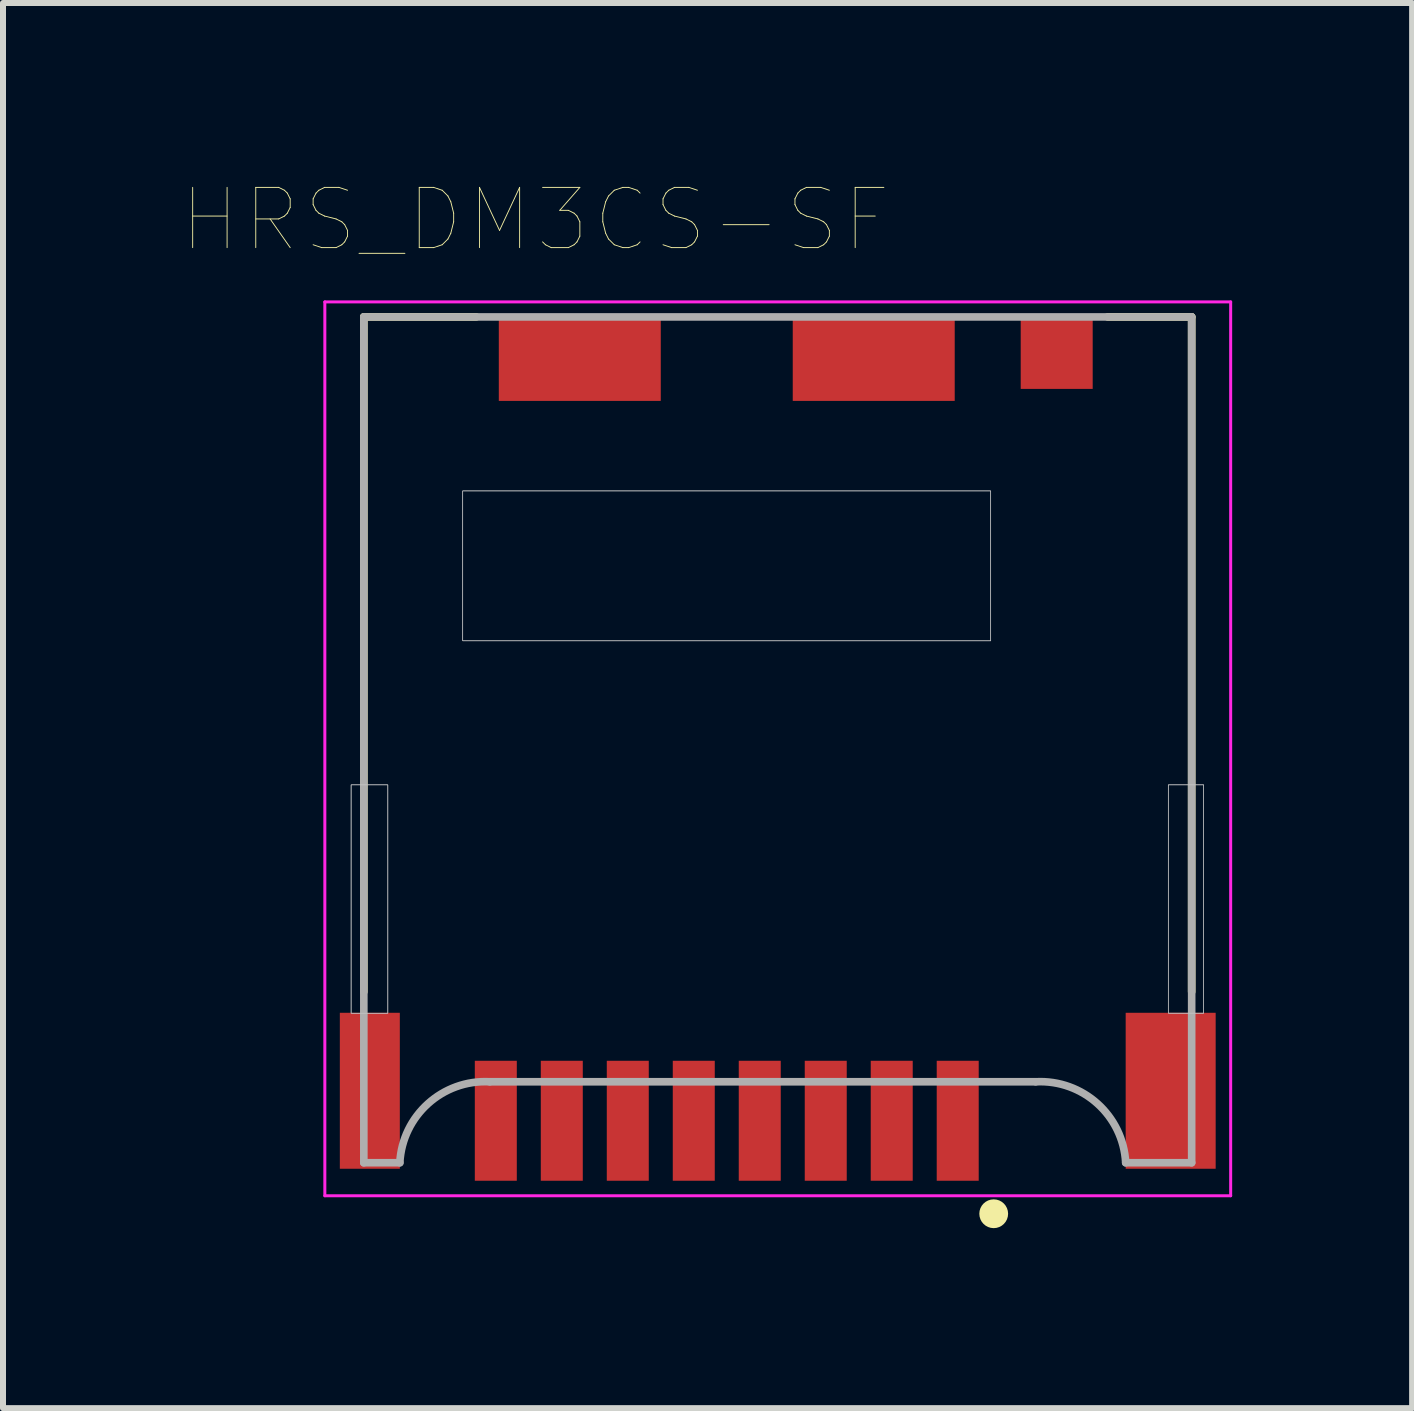
<source format=kicad_pcb>
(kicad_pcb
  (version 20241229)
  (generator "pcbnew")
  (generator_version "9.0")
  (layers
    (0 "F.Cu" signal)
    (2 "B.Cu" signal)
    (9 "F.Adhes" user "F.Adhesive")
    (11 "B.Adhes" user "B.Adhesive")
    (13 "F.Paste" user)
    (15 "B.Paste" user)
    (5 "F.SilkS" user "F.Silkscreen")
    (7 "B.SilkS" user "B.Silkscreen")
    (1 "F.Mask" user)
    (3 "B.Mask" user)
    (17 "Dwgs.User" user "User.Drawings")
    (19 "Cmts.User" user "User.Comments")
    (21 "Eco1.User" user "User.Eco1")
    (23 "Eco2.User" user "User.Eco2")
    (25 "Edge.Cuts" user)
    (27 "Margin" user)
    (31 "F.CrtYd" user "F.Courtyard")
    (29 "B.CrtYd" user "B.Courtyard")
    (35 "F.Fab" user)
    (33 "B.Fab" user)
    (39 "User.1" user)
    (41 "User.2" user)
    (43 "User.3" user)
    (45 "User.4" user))
  (footprint "HRS_DM3CS-SF"
    (layer "F.Cu")
    (at 9.715 9.283)
    (property "Reference" "HRS_DM3CS-SF" (at -3.84 -8.669 0) (layer "F.SilkS") (effects (font (size 1.004 1.004) (thickness 0.015))))
    (attr through_hole)
    (fp_line (start -6.7 -7.05) (end -4.826 -7.05) (stroke (width 0.127) (type solid)) (layer "F.SilkS"))
    (fp_line (start -6.7 4.2) (end -6.7 -7.05) (stroke (width 0.127) (type solid)) (layer "F.SilkS"))
    (fp_line (start 7.1 -7.05) (end 5.7 -7.05) (stroke (width 0.127) (type solid)) (layer "F.SilkS"))
    (fp_line (start 7.1 -7.05) (end 7.1 4.2) (stroke (width 0.127) (type solid)) (layer "F.SilkS"))
    (fp_circle (center 3.8 7.9) (end 3.92 7.9) (stroke (width 0.24) (type solid)) (fill no) (layer "F.SilkS"))
    (fp_poly (pts (xy -6.912 0.75) (xy -6.3 0.75) (xy -6.3 4.558) (xy -6.912 4.558)) (stroke (width 0.01) (type solid)) (fill no) (layer "Dwgs.User"))
    (fp_poly (pts (xy -6.912 0.75) (xy -6.3 0.75) (xy -6.3 4.558) (xy -6.912 4.558)) (stroke (width 0.01) (type solid)) (fill no) (layer "Dwgs.User"))
    (fp_poly (pts (xy -5.053 -4.15) (xy 3.75 -4.15) (xy 3.75 -1.651) (xy -5.053 -1.651)) (stroke (width 0.01) (type solid)) (fill no) (layer "Dwgs.User"))
    (fp_poly (pts (xy -5.051 -4.15) (xy 3.75 -4.15) (xy 3.75 -1.65) (xy -5.051 -1.65)) (stroke (width 0.01) (type solid)) (fill no) (layer "Dwgs.User"))
    (fp_poly (pts (xy 6.71 0.75) (xy 7.3 0.75) (xy 7.3 4.556) (xy 6.71 4.556)) (stroke (width 0.01) (type solid)) (fill no) (layer "Dwgs.User"))
    (fp_poly (pts (xy 6.712 0.75) (xy 7.3 0.75) (xy 7.3 4.558) (xy 6.712 4.558)) (stroke (width 0.01) (type solid)) (fill no) (layer "Dwgs.User"))
    (fp_line (start -7.35 -7.3) (end -7.35 7.6) (stroke (width 0.05) (type solid)) (layer "F.CrtYd"))
    (fp_line (start -7.35 7.6) (end 7.75 7.6) (stroke (width 0.05) (type solid)) (layer "F.CrtYd"))
    (fp_line (start 7.75 -7.3) (end -7.35 -7.3) (stroke (width 0.05) (type solid)) (layer "F.CrtYd"))
    (fp_line (start 7.75 7.6) (end 7.75 -7.3) (stroke (width 0.05) (type solid)) (layer "F.CrtYd"))
    (fp_line (start -6.7 -7.05) (end 7.1 -7.05) (stroke (width 0.127) (type solid)) (layer "F.Fab"))
    (fp_line (start -6.7 7.05) (end -6.7 -7.05) (stroke (width 0.127) (type solid)) (layer "F.Fab"))
    (fp_line (start -6.1 7.05) (end -6.7 7.05) (stroke (width 0.127) (type solid)) (layer "F.Fab"))
    (fp_line (start 4.5 5.7) (end -4.6 5.7) (stroke (width 0.127) (type solid)) (layer "F.Fab"))
    (fp_line (start 7.1 -7.05) (end 7.1 7.05) (stroke (width 0.127) (type solid)) (layer "F.Fab"))
    (fp_line (start 7.1 7.05) (end 6 7.05) (stroke (width 0.127) (type solid)) (layer "F.Fab"))
    (fp_arc (start -6.1 7.05) (mid -5.629594 6.06434) (end -4.6 5.7) (stroke (width 0.127) (type solid)) (layer "F.Fab"))
    (fp_arc (start 4.5 5.7) (mid 5.529594 6.06434) (end 6 7.05) (stroke (width 0.127) (type solid)) (layer "F.Fab"))
    (pad "1" smd rect (at 3.2 6.35) (size 0.7 2) (layers "F.Cu" "F.Mask" "F.Paste"))
    (pad "2" smd rect (at 2.1 6.35) (size 0.7 2) (layers "F.Cu" "F.Mask" "F.Paste"))
    (pad "3" smd rect (at 1 6.35) (size 0.7 2) (layers "F.Cu" "F.Mask" "F.Paste"))
    (pad "4" smd rect (at -0.1 6.35) (size 0.7 2) (layers "F.Cu" "F.Mask" "F.Paste"))
    (pad "5" smd rect (at -1.2 6.35) (size 0.7 2) (layers "F.Cu" "F.Mask" "F.Paste"))
    (pad "6" smd rect (at -2.3 6.35) (size 0.7 2) (layers "F.Cu" "F.Mask" "F.Paste"))
    (pad "7" smd rect (at -3.4 6.35) (size 0.7 2) (layers "F.Cu" "F.Mask" "F.Paste"))
    (pad "8" smd rect (at -4.5 6.35) (size 0.7 2) (layers "F.Cu" "F.Mask" "F.Paste"))
    (pad "9" smd rect (at 1.8 -6.35) (size 2.7 1.4) (layers "F.Cu" "F.Mask" "F.Paste"))
    (pad "S1" smd rect (at -6.6 5.85) (size 1 2.6) (layers "F.Cu" "F.Mask" "F.Paste"))
    (pad "S2" smd rect (at 6.75 5.85) (size 1.5 2.6) (layers "F.Cu" "F.Mask" "F.Paste"))
    (pad "S3" smd rect (at -3.1 -6.35) (size 2.7 1.4) (layers "F.Cu" "F.Mask" "F.Paste"))
    (pad "S5" smd rect (at 4.85 -6.45) (size 1.2 1.2) (layers "F.Cu" "F.Mask" "F.Paste")))
  (gr_rect
    (start -3 -3)
    (end 20.49 20.423)
    (stroke (width 0.1) (type default))
    (fill no)
    (layer "Edge.Cuts")))
</source>
